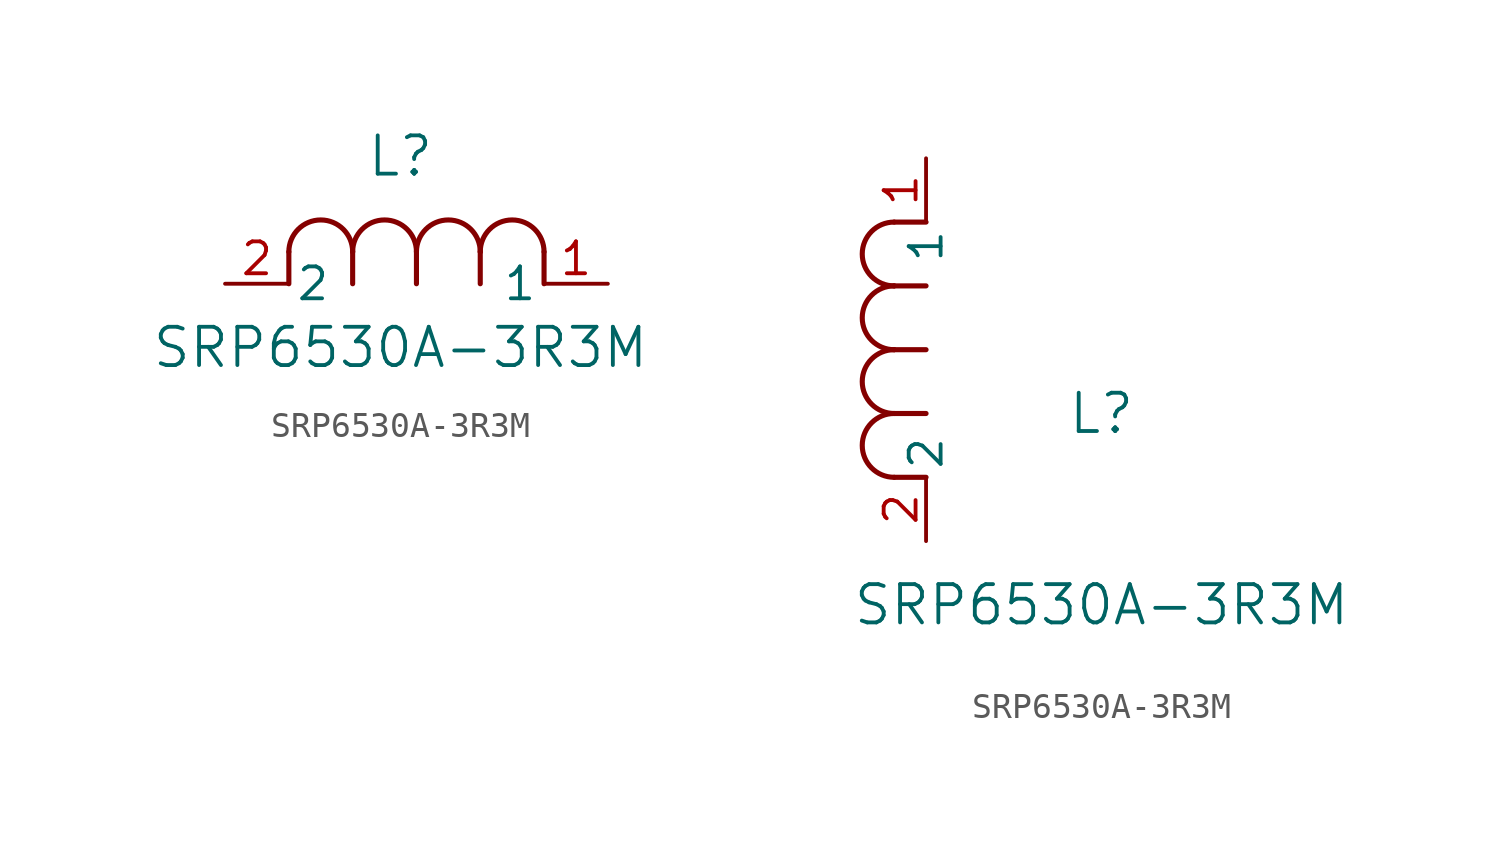
<source format=kicad_sym>
(kicad_symbol_lib
  (version 20211014)
  (generator kicad_symbol_editor)
  (symbol "SRP6530A-3R3M"
    (pin_names
      (offset 0.254))
    (property "Reference" "L"
      (at 6.985 5.08 0)
      (effects (font (size 1.524 1.524))))
    (property "Value" "SRP6530A-3R3M"
      (at 6.985 -2.54 0)
      (effects (font (size 1.524 1.524))))
    (symbol "SRP6530A-3R3M_1_1"
      (arc (start 7.62 1.27) (mid 6.35 2.54) (end 5.08 1.27) (stroke (width 0.2032) (type default) (color 0 0 0 0)) (fill (type none)))
      (polyline (pts (xy 5.08 0) (xy 5.08 1.27)) (stroke (width 0.203) (type default) (color 0 0 0 0)) (fill (type none)))
      (polyline (pts (xy 7.62 0) (xy 7.62 1.27)) (stroke (width 0.203) (type default) (color 0 0 0 0)) (fill (type none)))
      (polyline (pts (xy 12.7 0) (xy 12.7 1.27)) (stroke (width 0.203) (type default) (color 0 0 0 0)) (fill (type none)))
      (arc (start 5.08 1.27) (mid 3.81 2.54) (end 2.54 1.27) (stroke (width 0.2032) (type default) (color 0 0 0 0)) (fill (type none)))
      (arc (start 10.16 1.27) (mid 8.89 2.54) (end 7.62 1.27) (stroke (width 0.2032) (type default) (color 0 0 0 0)) (fill (type none)))
      (arc (start 12.7 1.27) (mid 11.43 2.54) (end 10.16 1.27) (stroke (width 0.2032) (type default) (color 0 0 0 0)) (fill (type none)))
      (polyline (pts (xy 2.54 0) (xy 2.54 1.27)) (stroke (width 0.203) (type default) (color 0 0 0 0)) (fill (type none)))
      (polyline (pts (xy 10.16 0) (xy 10.16 1.27)) (stroke (width 0.203) (type default) (color 0 0 0 0)) (fill (type none)))
      (pin unspecified line (at 0 0 0) (length 2.54) (name "2" (effects (font (size 1.27 1.27)))) (number "2" (effects (font (size 1.27 1.27)))))
      (pin unspecified line (at 15.24 0 180) (length 2.54) (name "1" (effects (font (size 1.27 1.27)))) (number "1" (effects (font (size 1.27 1.27))))))
    (symbol "SRP6530A-3R3M_1_2"
      (arc (start -1.27 7.62) (mid -2.54 6.35) (end -1.27 5.08) (stroke (width 0.2032) (type default) (color 0 0 0 0)) (fill (type none)))
      (arc (start -1.27 5.08) (mid -2.54 3.81) (end -1.27 2.54) (stroke (width 0.2032) (type default) (color 0 0 0 0)) (fill (type none)))
      (arc (start -1.27 12.7) (mid -2.54 11.43) (end -1.27 10.16) (stroke (width 0.2032) (type default) (color 0 0 0 0)) (fill (type none)))
      (arc (start -1.27 10.16) (mid -2.54 8.89) (end -1.27 7.62) (stroke (width 0.2032) (type default) (color 0 0 0 0)) (fill (type none)))
      (polyline (pts (xy 0 7.62) (xy -1.27 7.62)) (stroke (width 0.203) (type default) (color 0 0 0 0)) (fill (type none)))
      (polyline (pts (xy 0 5.08) (xy -1.27 5.08)) (stroke (width 0.203) (type default) (color 0 0 0 0)) (fill (type none)))
      (polyline (pts (xy 0 12.7) (xy -1.27 12.7)) (stroke (width 0.203) (type default) (color 0 0 0 0)) (fill (type none)))
      (polyline (pts (xy 0 2.54) (xy -1.27 2.54)) (stroke (width 0.203) (type default) (color 0 0 0 0)) (fill (type none)))
      (polyline (pts (xy 0 10.16) (xy -1.27 10.16)) (stroke (width 0.203) (type default) (color 0 0 0 0)) (fill (type none)))
      (pin unspecified line (at 0 0 90) (length 2.54) (name "2" (effects (font (size 1.27 1.27)))) (number "2" (effects (font (size 1.27 1.27)))))
      (pin unspecified line (at 0 15.24 270) (length 2.54) (name "1" (effects (font (size 1.27 1.27)))) (number "1" (effects (font (size 1.27 1.27))))))))
</source>
